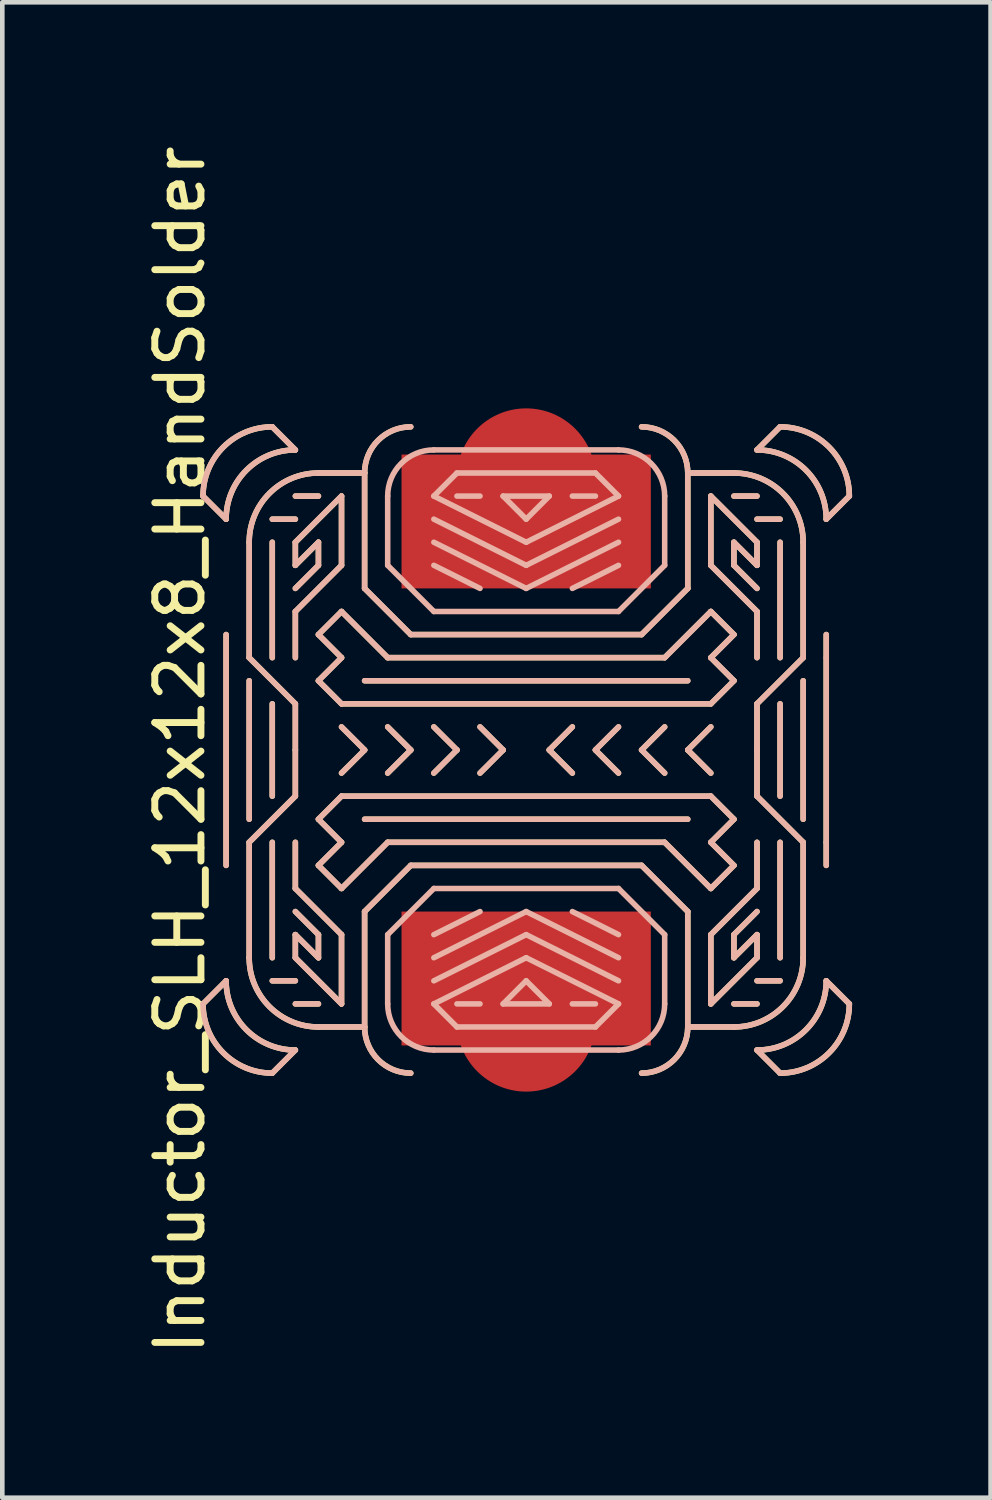
<source format=kicad_pcb>
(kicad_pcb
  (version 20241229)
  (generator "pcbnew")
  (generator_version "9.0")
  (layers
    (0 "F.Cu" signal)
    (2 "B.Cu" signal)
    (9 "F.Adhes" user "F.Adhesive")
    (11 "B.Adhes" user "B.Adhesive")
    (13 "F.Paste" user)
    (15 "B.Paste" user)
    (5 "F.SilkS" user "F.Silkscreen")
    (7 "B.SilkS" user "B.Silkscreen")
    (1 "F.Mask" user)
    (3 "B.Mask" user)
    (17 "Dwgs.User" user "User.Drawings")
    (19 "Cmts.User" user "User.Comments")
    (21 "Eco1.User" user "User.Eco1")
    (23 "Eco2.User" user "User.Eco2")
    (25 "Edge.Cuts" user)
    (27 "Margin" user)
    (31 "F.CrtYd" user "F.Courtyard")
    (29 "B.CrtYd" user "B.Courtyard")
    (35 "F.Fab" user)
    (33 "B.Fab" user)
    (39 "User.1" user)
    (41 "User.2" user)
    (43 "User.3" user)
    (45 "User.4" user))
  (footprint "Inductor_SLH_12x12x8_HandSolder"
    (layer "F.Cu")
    (at 8.348 13.196)
    (property "Reference" "Inductor_SLH_12x12x8_HandSolder" (at -7.5 0 90) (layer "F.SilkS") (effects (font (size 1 1) (thickness 0.15))))
    (attr through_hole)
    (fp_line (start -7 -5.5) (end -6.5 -5) (stroke (width 0.12) (type solid)) (layer "F.SilkS"))
    (fp_line (start -6.5 -2.5) (end -6.5 2.5) (stroke (width 0.12) (type solid)) (layer "F.SilkS"))
    (fp_line (start -6.5 5) (end -7 5.5) (stroke (width 0.12) (type solid)) (layer "F.SilkS"))
    (fp_line (start -6 -2) (end -6 -4.5) (stroke (width 0.12) (type solid)) (layer "F.SilkS"))
    (fp_line (start -6 -1.5) (end -6 1.5) (stroke (width 0.12) (type solid)) (layer "F.SilkS"))
    (fp_line (start -6 2) (end -5 1) (stroke (width 0.12) (type solid)) (layer "F.SilkS"))
    (fp_line (start -6 4.5) (end -6 2) (stroke (width 0.12) (type solid)) (layer "F.SilkS"))
    (fp_line (start -5.5 -7) (end -5 -6.5) (stroke (width 0.12) (type solid)) (layer "F.SilkS"))
    (fp_line (start -5.5 -4.5) (end -5.5 -2) (stroke (width 0.12) (type solid)) (layer "F.SilkS"))
    (fp_line (start -5.5 -1) (end -5.5 1) (stroke (width 0.12) (type solid)) (layer "F.SilkS"))
    (fp_line (start -5.5 4.5) (end -5.5 2) (stroke (width 0.12) (type solid)) (layer "F.SilkS"))
    (fp_line (start -5 -5) (end -5.5 -5) (stroke (width 0.12) (type solid)) (layer "F.SilkS"))
    (fp_line (start -5 -4.5) (end -5 -4) (stroke (width 0.12) (type solid)) (layer "F.SilkS"))
    (fp_line (start -5 -3) (end -4 -4) (stroke (width 0.12) (type solid)) (layer "F.SilkS"))
    (fp_line (start -5 -2) (end -5 -3) (stroke (width 0.12) (type solid)) (layer "F.SilkS"))
    (fp_line (start -5 -1) (end -6 -2) (stroke (width 0.12) (type solid)) (layer "F.SilkS"))
    (fp_line (start -5 0) (end -5 -1) (stroke (width 0.12) (type solid)) (layer "F.SilkS"))
    (fp_line (start -5 1) (end -5 0) (stroke (width 0.12) (type solid)) (layer "F.SilkS"))
    (fp_line (start -5 3) (end -5 2) (stroke (width 0.12) (type solid)) (layer "F.SilkS"))
    (fp_line (start -5 4.5) (end -5 4) (stroke (width 0.12) (type solid)) (layer "F.SilkS"))
    (fp_line (start -5 5) (end -5.5 5) (stroke (width 0.12) (type solid)) (layer "F.SilkS"))
    (fp_line (start -5 5.5) (end -4.5 5.5) (stroke (width 0.12) (type solid)) (layer "F.SilkS"))
    (fp_line (start -5 6.5) (end -5.5 7) (stroke (width 0.12) (type solid)) (layer "F.SilkS"))
    (fp_line (start -4.5 -6) (end -3.5 -6) (stroke (width 0.12) (type solid)) (layer "F.SilkS"))
    (fp_line (start -4.5 -5.5) (end -5 -5.5) (stroke (width 0.12) (type solid)) (layer "F.SilkS"))
    (fp_line (start -4.5 -4.5) (end -5 -4) (stroke (width 0.12) (type solid)) (layer "F.SilkS"))
    (fp_line (start -4.5 -4.5) (end -4.5 -4) (stroke (width 0.12) (type solid)) (layer "F.SilkS"))
    (fp_line (start -4.5 -4) (end -5 -3.5) (stroke (width 0.12) (type solid)) (layer "F.SilkS"))
    (fp_line (start -4.5 -2.5) (end -4 -2) (stroke (width 0.12) (type solid)) (layer "F.SilkS"))
    (fp_line (start -4.5 -1.5) (end -4 -1) (stroke (width 0.12) (type solid)) (layer "F.SilkS"))
    (fp_line (start -4.5 2.5) (end -4 2) (stroke (width 0.12) (type solid)) (layer "F.SilkS"))
    (fp_line (start -4.5 4) (end -5 3.5) (stroke (width 0.12) (type solid)) (layer "F.SilkS"))
    (fp_line (start -4.5 4.5) (end -5 4) (stroke (width 0.12) (type solid)) (layer "F.SilkS"))
    (fp_line (start -4.5 4.5) (end -4.5 4) (stroke (width 0.12) (type solid)) (layer "F.SilkS"))
    (fp_line (start -4 -5.5) (end -5 -4.5) (stroke (width 0.12) (type solid)) (layer "F.SilkS"))
    (fp_line (start -4 -4) (end -4 -5.5) (stroke (width 0.12) (type solid)) (layer "F.SilkS"))
    (fp_line (start -4 -3) (end -4.5 -2.5) (stroke (width 0.12) (type solid)) (layer "F.SilkS"))
    (fp_line (start -4 -2) (end -4.5 -1.5) (stroke (width 0.12) (type solid)) (layer "F.SilkS"))
    (fp_line (start -4 -1) (end 4 -1) (stroke (width 0.12) (type solid)) (layer "F.SilkS"))
    (fp_line (start -4 0.5) (end -3.5 0) (stroke (width 0.12) (type solid)) (layer "F.SilkS"))
    (fp_line (start -4 1) (end -4.5 1.5) (stroke (width 0.12) (type solid)) (layer "F.SilkS"))
    (fp_line (start -4 2) (end -4.5 1.5) (stroke (width 0.12) (type solid)) (layer "F.SilkS"))
    (fp_line (start -4 3) (end -4.5 2.5) (stroke (width 0.12) (type solid)) (layer "F.SilkS"))
    (fp_line (start -4 3) (end -3 2) (stroke (width 0.12) (type solid)) (layer "F.SilkS"))
    (fp_line (start -4 4) (end -5 3) (stroke (width 0.12) (type solid)) (layer "F.SilkS"))
    (fp_line (start -4 5.5) (end -5 4.5) (stroke (width 0.12) (type solid)) (layer "F.SilkS"))
    (fp_line (start -4 5.5) (end -4 4) (stroke (width 0.12) (type solid)) (layer "F.SilkS"))
    (fp_line (start -3.5 -6) (end -3.5 -3.5) (stroke (width 0.12) (type solid)) (layer "F.SilkS"))
    (fp_line (start -3.5 -3.5) (end -2.5 -2.5) (stroke (width 0.12) (type solid)) (layer "F.SilkS"))
    (fp_line (start -3.5 -1.5) (end 3.5 -1.5) (stroke (width 0.12) (type solid)) (layer "F.SilkS"))
    (fp_line (start -3.5 0) (end -4 -0.5) (stroke (width 0.12) (type solid)) (layer "F.SilkS"))
    (fp_line (start -3.5 3.5) (end -3.5 6) (stroke (width 0.12) (type solid)) (layer "F.SilkS"))
    (fp_line (start -3.5 6) (end -4.5 6) (stroke (width 0.12) (type solid)) (layer "F.SilkS"))
    (fp_line (start -3 -2) (end -4 -3) (stroke (width 0.12) (type solid)) (layer "F.SilkS"))
    (fp_line (start -3 -0.5) (end -2.5 0) (stroke (width 0.12) (type solid)) (layer "F.SilkS"))
    (fp_line (start -3 2) (end 3 2) (stroke (width 0.12) (type solid)) (layer "F.SilkS"))
    (fp_line (start -2.5 -2.5) (end 2.5 -2.5) (stroke (width 0.12) (type solid)) (layer "F.SilkS"))
    (fp_line (start -2.5 0) (end -3 0.5) (stroke (width 0.12) (type solid)) (layer "F.SilkS"))
    (fp_line (start -2.5 2.5) (end -3.5 3.5) (stroke (width 0.12) (type solid)) (layer "F.SilkS"))
    (fp_line (start -2 -0.5) (end -1.5 0) (stroke (width 0.12) (type solid)) (layer "F.SilkS"))
    (fp_line (start -1.5 0) (end -2 0.5) (stroke (width 0.12) (type solid)) (layer "F.SilkS"))
    (fp_line (start -1 -0.5) (end -0.5 0) (stroke (width 0.12) (type solid)) (layer "F.SilkS"))
    (fp_line (start -0.5 0) (end -1 0.5) (stroke (width 0.12) (type solid)) (layer "F.SilkS"))
    (fp_line (start 0.5 0) (end 1 -0.5) (stroke (width 0.12) (type solid)) (layer "F.SilkS"))
    (fp_line (start 1 0.5) (end 0.5 0) (stroke (width 0.12) (type solid)) (layer "F.SilkS"))
    (fp_line (start 1.5 0) (end 2 -0.5) (stroke (width 0.12) (type solid)) (layer "F.SilkS"))
    (fp_line (start 2 0.5) (end 1.5 0) (stroke (width 0.12) (type solid)) (layer "F.SilkS"))
    (fp_line (start 2.5 -2.5) (end 3.5 -3.5) (stroke (width 0.12) (type solid)) (layer "F.SilkS"))
    (fp_line (start 2.5 0) (end 3 -0.5) (stroke (width 0.12) (type solid)) (layer "F.SilkS"))
    (fp_line (start 2.5 2.5) (end -2.5 2.5) (stroke (width 0.12) (type solid)) (layer "F.SilkS"))
    (fp_line (start 3 -2) (end -3 -2) (stroke (width 0.12) (type solid)) (layer "F.SilkS"))
    (fp_line (start 3 0.5) (end 2.5 0) (stroke (width 0.12) (type solid)) (layer "F.SilkS"))
    (fp_line (start 3 2) (end 4 3) (stroke (width 0.12) (type solid)) (layer "F.SilkS"))
    (fp_line (start 3.5 -6) (end 4.5 -6) (stroke (width 0.12) (type solid)) (layer "F.SilkS"))
    (fp_line (start 3.5 -3.5) (end 3.5 -6) (stroke (width 0.12) (type solid)) (layer "F.SilkS"))
    (fp_line (start 3.5 0) (end 4 0.5) (stroke (width 0.12) (type solid)) (layer "F.SilkS"))
    (fp_line (start 3.5 1.5) (end -3.5 1.5) (stroke (width 0.12) (type solid)) (layer "F.SilkS"))
    (fp_line (start 3.5 3.5) (end 2.5 2.5) (stroke (width 0.12) (type solid)) (layer "F.SilkS"))
    (fp_line (start 3.5 6) (end 3.5 3.5) (stroke (width 0.12) (type solid)) (layer "F.SilkS"))
    (fp_line (start 4 -5.5) (end 4 -4) (stroke (width 0.12) (type solid)) (layer "F.SilkS"))
    (fp_line (start 4 -5.5) (end 5 -4.5) (stroke (width 0.12) (type solid)) (layer "F.SilkS"))
    (fp_line (start 4 -4) (end 5 -3) (stroke (width 0.12) (type solid)) (layer "F.SilkS"))
    (fp_line (start 4 -3) (end 3 -2) (stroke (width 0.12) (type solid)) (layer "F.SilkS"))
    (fp_line (start 4 -3) (end 4.5 -2.5) (stroke (width 0.12) (type solid)) (layer "F.SilkS"))
    (fp_line (start 4 -2) (end 4.5 -1.5) (stroke (width 0.12) (type solid)) (layer "F.SilkS"))
    (fp_line (start 4 -1) (end 4.5 -1.5) (stroke (width 0.12) (type solid)) (layer "F.SilkS"))
    (fp_line (start 4 -0.5) (end 3.5 0) (stroke (width 0.12) (type solid)) (layer "F.SilkS"))
    (fp_line (start 4 1) (end -4 1) (stroke (width 0.12) (type solid)) (layer "F.SilkS"))
    (fp_line (start 4 2) (end 4.5 1.5) (stroke (width 0.12) (type solid)) (layer "F.SilkS"))
    (fp_line (start 4 3) (end 4.5 2.5) (stroke (width 0.12) (type solid)) (layer "F.SilkS"))
    (fp_line (start 4 4) (end 4 5.5) (stroke (width 0.12) (type solid)) (layer "F.SilkS"))
    (fp_line (start 4 5.5) (end 5 4.5) (stroke (width 0.12) (type solid)) (layer "F.SilkS"))
    (fp_line (start 4.5 -4.5) (end 4.5 -4) (stroke (width 0.12) (type solid)) (layer "F.SilkS"))
    (fp_line (start 4.5 -4.5) (end 5 -4) (stroke (width 0.12) (type solid)) (layer "F.SilkS"))
    (fp_line (start 4.5 -4) (end 5 -3.5) (stroke (width 0.12) (type solid)) (layer "F.SilkS"))
    (fp_line (start 4.5 -2.5) (end 4 -2) (stroke (width 0.12) (type solid)) (layer "F.SilkS"))
    (fp_line (start 4.5 1.5) (end 4 1) (stroke (width 0.12) (type solid)) (layer "F.SilkS"))
    (fp_line (start 4.5 2.5) (end 4 2) (stroke (width 0.12) (type solid)) (layer "F.SilkS"))
    (fp_line (start 4.5 4) (end 5 3.5) (stroke (width 0.12) (type solid)) (layer "F.SilkS"))
    (fp_line (start 4.5 4.5) (end 4.5 4) (stroke (width 0.12) (type solid)) (layer "F.SilkS"))
    (fp_line (start 4.5 4.5) (end 5 4) (stroke (width 0.12) (type solid)) (layer "F.SilkS"))
    (fp_line (start 4.5 5.5) (end 5 5.5) (stroke (width 0.12) (type solid)) (layer "F.SilkS"))
    (fp_line (start 4.5 6) (end 3.5 6) (stroke (width 0.12) (type solid)) (layer "F.SilkS"))
    (fp_line (start 5 -5.5) (end 4.5 -5.5) (stroke (width 0.12) (type solid)) (layer "F.SilkS"))
    (fp_line (start 5 -5) (end 5.5 -5) (stroke (width 0.12) (type solid)) (layer "F.SilkS"))
    (fp_line (start 5 -4.5) (end 5 -4) (stroke (width 0.12) (type solid)) (layer "F.SilkS"))
    (fp_line (start 5 -3) (end 5 -2) (stroke (width 0.12) (type solid)) (layer "F.SilkS"))
    (fp_line (start 5 -1) (end 5 0) (stroke (width 0.12) (type solid)) (layer "F.SilkS"))
    (fp_line (start 5 0) (end 5 1) (stroke (width 0.12) (type solid)) (layer "F.SilkS"))
    (fp_line (start 5 1) (end 6 2) (stroke (width 0.12) (type solid)) (layer "F.SilkS"))
    (fp_line (start 5 2) (end 5 3) (stroke (width 0.12) (type solid)) (layer "F.SilkS"))
    (fp_line (start 5 3) (end 4 4) (stroke (width 0.12) (type solid)) (layer "F.SilkS"))
    (fp_line (start 5 4.5) (end 5 4) (stroke (width 0.12) (type solid)) (layer "F.SilkS"))
    (fp_line (start 5 5) (end 5.5 5) (stroke (width 0.12) (type solid)) (layer "F.SilkS"))
    (fp_line (start 5 6.5) (end 5.5 7) (stroke (width 0.12) (type solid)) (layer "F.SilkS"))
    (fp_line (start 5.5 -7) (end 5 -6.5) (stroke (width 0.12) (type solid)) (layer "F.SilkS"))
    (fp_line (start 5.5 -4.5) (end 5.5 -2) (stroke (width 0.12) (type solid)) (layer "F.SilkS"))
    (fp_line (start 5.5 1) (end 5.5 -1) (stroke (width 0.12) (type solid)) (layer "F.SilkS"))
    (fp_line (start 5.5 4.5) (end 5.5 2) (stroke (width 0.12) (type solid)) (layer "F.SilkS"))
    (fp_line (start 6 -4.5) (end 6 -2) (stroke (width 0.12) (type solid)) (layer "F.SilkS"))
    (fp_line (start 6 -2) (end 5 -1) (stroke (width 0.12) (type solid)) (layer "F.SilkS"))
    (fp_line (start 6 -1.5) (end 6 1.5) (stroke (width 0.12) (type solid)) (layer "F.SilkS"))
    (fp_line (start 6 2) (end 6 4.5) (stroke (width 0.12) (type solid)) (layer "F.SilkS"))
    (fp_line (start 6.5 -5) (end 7 -5.5) (stroke (width 0.12) (type solid)) (layer "F.SilkS"))
    (fp_line (start 6.5 -2.5) (end 6.5 2) (stroke (width 0.12) (type solid)) (layer "F.SilkS"))
    (fp_line (start 6.5 2) (end 6.5 2.5) (stroke (width 0.12) (type solid)) (layer "F.SilkS"))
    (fp_line (start 6.5 5) (end 7 5.5) (stroke (width 0.12) (type solid)) (layer "F.SilkS"))
    (fp_arc (start -7 -5.5) (mid -6.56066 -6.56066) (end -5.5 -7) (stroke (width 0.12) (type solid)) (layer "F.SilkS"))
    (fp_arc (start -6.5 -5) (mid -6.06066 -6.06066) (end -5 -6.5) (stroke (width 0.12) (type solid)) (layer "F.SilkS"))
    (fp_arc (start -6 -4.5) (mid -5.56066 -5.56066) (end -4.5 -6) (stroke (width 0.12) (type solid)) (layer "F.SilkS"))
    (fp_arc (start -5.5 7) (mid -6.56066 6.56066) (end -7 5.5) (stroke (width 0.12) (type solid)) (layer "F.SilkS"))
    (fp_arc (start -5 6.5) (mid -6.06066 6.06066) (end -6.5 5) (stroke (width 0.12) (type solid)) (layer "F.SilkS"))
    (fp_arc (start -4.5 6) (mid -5.56066 5.56066) (end -6 4.5) (stroke (width 0.12) (type solid)) (layer "F.SilkS"))
    (fp_arc (start -3.5 -6) (mid -3.207107 -6.707107) (end -2.5 -7) (stroke (width 0.12) (type solid)) (layer "F.SilkS"))
    (fp_arc (start -2.5 7) (mid -3.207107 6.707107) (end -3.5 6) (stroke (width 0.12) (type solid)) (layer "F.SilkS"))
    (fp_arc (start 2.5 -7) (mid 3.207107 -6.707107) (end 3.5 -6) (stroke (width 0.12) (type solid)) (layer "F.SilkS"))
    (fp_arc (start 3.5 6) (mid 3.207107 6.707107) (end 2.5 7) (stroke (width 0.12) (type solid)) (layer "F.SilkS"))
    (fp_arc (start 4.5 -6) (mid 5.56066 -5.56066) (end 6 -4.5) (stroke (width 0.12) (type solid)) (layer "F.SilkS"))
    (fp_arc (start 5 -6.5) (mid 6.06066 -6.06066) (end 6.5 -5) (stroke (width 0.12) (type solid)) (layer "F.SilkS"))
    (fp_arc (start 5.5 -7) (mid 6.56066 -6.56066) (end 7 -5.5) (stroke (width 0.12) (type solid)) (layer "F.SilkS"))
    (fp_arc (start 6 4.5) (mid 5.56066 5.56066) (end 4.5 6) (stroke (width 0.12) (type solid)) (layer "F.SilkS"))
    (fp_arc (start 6.5 5) (mid 6.06066 6.06066) (end 5 6.5) (stroke (width 0.12) (type solid)) (layer "F.SilkS"))
    (fp_arc (start 7 5.5) (mid 6.56066 6.56066) (end 5.5 7) (stroke (width 0.12) (type solid)) (layer "F.SilkS"))
    (fp_line (start -7 5.5) (end -6.5 5) (stroke (width 0.12) (type solid)) (layer "B.SilkS"))
    (fp_line (start -6.5 -5) (end -7 -5.5) (stroke (width 0.12) (type solid)) (layer "B.SilkS"))
    (fp_line (start -6.5 2.5) (end -6.5 -2.5) (stroke (width 0.12) (type solid)) (layer "B.SilkS"))
    (fp_line (start -6 -4.5) (end -6 -2) (stroke (width 0.12) (type solid)) (layer "B.SilkS"))
    (fp_line (start -6 -2) (end -5 -1) (stroke (width 0.12) (type solid)) (layer "B.SilkS"))
    (fp_line (start -6 1.5) (end -6 -1.5) (stroke (width 0.12) (type solid)) (layer "B.SilkS"))
    (fp_line (start -6 2) (end -6 4.5) (stroke (width 0.12) (type solid)) (layer "B.SilkS"))
    (fp_line (start -5.5 -4.5) (end -5.5 -2) (stroke (width 0.12) (type solid)) (layer "B.SilkS"))
    (fp_line (start -5.5 1) (end -5.5 -1) (stroke (width 0.12) (type solid)) (layer "B.SilkS"))
    (fp_line (start -5.5 4.5) (end -5.5 2) (stroke (width 0.12) (type solid)) (layer "B.SilkS"))
    (fp_line (start -5.5 7) (end -5 6.5) (stroke (width 0.12) (type solid)) (layer "B.SilkS"))
    (fp_line (start -5 -6.5) (end -5.5 -7) (stroke (width 0.12) (type solid)) (layer "B.SilkS"))
    (fp_line (start -5 -5.5) (end -4.5 -5.5) (stroke (width 0.12) (type solid)) (layer "B.SilkS"))
    (fp_line (start -5 -5) (end -5.5 -5) (stroke (width 0.12) (type solid)) (layer "B.SilkS"))
    (fp_line (start -5 -4.5) (end -5 -4) (stroke (width 0.12) (type solid)) (layer "B.SilkS"))
    (fp_line (start -5 -3) (end -5 -2) (stroke (width 0.12) (type solid)) (layer "B.SilkS"))
    (fp_line (start -5 -1) (end -5 0) (stroke (width 0.12) (type solid)) (layer "B.SilkS"))
    (fp_line (start -5 0) (end -5 1) (stroke (width 0.12) (type solid)) (layer "B.SilkS"))
    (fp_line (start -5 1) (end -6 2) (stroke (width 0.12) (type solid)) (layer "B.SilkS"))
    (fp_line (start -5 2) (end -5 3) (stroke (width 0.12) (type solid)) (layer "B.SilkS"))
    (fp_line (start -5 3) (end -4 4) (stroke (width 0.12) (type solid)) (layer "B.SilkS"))
    (fp_line (start -5 4.5) (end -5 4) (stroke (width 0.12) (type solid)) (layer "B.SilkS"))
    (fp_line (start -5 5) (end -5.5 5) (stroke (width 0.12) (type solid)) (layer "B.SilkS"))
    (fp_line (start -4.5 -4.5) (end -5 -4) (stroke (width 0.12) (type solid)) (layer "B.SilkS"))
    (fp_line (start -4.5 -4.5) (end -4.5 -4) (stroke (width 0.12) (type solid)) (layer "B.SilkS"))
    (fp_line (start -4.5 -4) (end -5 -3.5) (stroke (width 0.12) (type solid)) (layer "B.SilkS"))
    (fp_line (start -4.5 -2.5) (end -4 -2) (stroke (width 0.12) (type solid)) (layer "B.SilkS"))
    (fp_line (start -4.5 1.5) (end -4 1) (stroke (width 0.12) (type solid)) (layer "B.SilkS"))
    (fp_line (start -4.5 2.5) (end -4 2) (stroke (width 0.12) (type solid)) (layer "B.SilkS"))
    (fp_line (start -4.5 4) (end -5 3.5) (stroke (width 0.12) (type solid)) (layer "B.SilkS"))
    (fp_line (start -4.5 4.5) (end -5 4) (stroke (width 0.12) (type solid)) (layer "B.SilkS"))
    (fp_line (start -4.5 4.5) (end -4.5 4) (stroke (width 0.12) (type solid)) (layer "B.SilkS"))
    (fp_line (start -4.5 5.5) (end -5 5.5) (stroke (width 0.12) (type solid)) (layer "B.SilkS"))
    (fp_line (start -4.5 6) (end -3.5 6) (stroke (width 0.12) (type solid)) (layer "B.SilkS"))
    (fp_line (start -4 -5.5) (end -5 -4.5) (stroke (width 0.12) (type solid)) (layer "B.SilkS"))
    (fp_line (start -4 -5.5) (end -4 -4) (stroke (width 0.12) (type solid)) (layer "B.SilkS"))
    (fp_line (start -4 -4) (end -5 -3) (stroke (width 0.12) (type solid)) (layer "B.SilkS"))
    (fp_line (start -4 -3) (end -4.5 -2.5) (stroke (width 0.12) (type solid)) (layer "B.SilkS"))
    (fp_line (start -4 -3) (end -3 -2) (stroke (width 0.12) (type solid)) (layer "B.SilkS"))
    (fp_line (start -4 -2) (end -4.5 -1.5) (stroke (width 0.12) (type solid)) (layer "B.SilkS"))
    (fp_line (start -4 -1) (end -4.5 -1.5) (stroke (width 0.12) (type solid)) (layer "B.SilkS"))
    (fp_line (start -4 -0.5) (end -3.5 0) (stroke (width 0.12) (type solid)) (layer "B.SilkS"))
    (fp_line (start -4 1) (end 4 1) (stroke (width 0.12) (type solid)) (layer "B.SilkS"))
    (fp_line (start -4 2) (end -4.5 1.5) (stroke (width 0.12) (type solid)) (layer "B.SilkS"))
    (fp_line (start -4 3) (end -4.5 2.5) (stroke (width 0.12) (type solid)) (layer "B.SilkS"))
    (fp_line (start -4 4) (end -4 5.5) (stroke (width 0.12) (type solid)) (layer "B.SilkS"))
    (fp_line (start -4 5.5) (end -5 4.5) (stroke (width 0.12) (type solid)) (layer "B.SilkS"))
    (fp_line (start -3.5 -6) (end -4.5 -6) (stroke (width 0.12) (type solid)) (layer "B.SilkS"))
    (fp_line (start -3.5 -3.5) (end -3.5 -6) (stroke (width 0.12) (type solid)) (layer "B.SilkS"))
    (fp_line (start -3.5 0) (end -4 0.5) (stroke (width 0.12) (type solid)) (layer "B.SilkS"))
    (fp_line (start -3.5 1.5) (end 3.5 1.5) (stroke (width 0.12) (type solid)) (layer "B.SilkS"))
    (fp_line (start -3.5 3.5) (end -2.5 2.5) (stroke (width 0.12) (type solid)) (layer "B.SilkS"))
    (fp_line (start -3.5 6) (end -3.5 3.5) (stroke (width 0.12) (type solid)) (layer "B.SilkS"))
    (fp_line (start -3 -5.5) (end -3 -4) (stroke (width 0.12) (type solid)) (layer "B.SilkS"))
    (fp_line (start -3 -4) (end -2 -3) (stroke (width 0.12) (type solid)) (layer "B.SilkS"))
    (fp_line (start -3 -2) (end 3 -2) (stroke (width 0.12) (type solid)) (layer "B.SilkS"))
    (fp_line (start -3 0.5) (end -2.5 0) (stroke (width 0.12) (type solid)) (layer "B.SilkS"))
    (fp_line (start -3 2) (end -4 3) (stroke (width 0.12) (type solid)) (layer "B.SilkS"))
    (fp_line (start -3 4) (end -3 5.5) (stroke (width 0.12) (type solid)) (layer "B.SilkS"))
    (fp_line (start -2.5 -2.5) (end -3.5 -3.5) (stroke (width 0.12) (type solid)) (layer "B.SilkS"))
    (fp_line (start -2.5 0) (end -3 -0.5) (stroke (width 0.12) (type solid)) (layer "B.SilkS"))
    (fp_line (start -2.5 2.5) (end 2.5 2.5) (stroke (width 0.12) (type solid)) (layer "B.SilkS"))
    (fp_line (start -2 -5.5) (end -1.5 -6) (stroke (width 0.12) (type solid)) (layer "B.SilkS"))
    (fp_line (start -2 -5) (end 0 -4) (stroke (width 0.12) (type solid)) (layer "B.SilkS"))
    (fp_line (start -2 -4) (end -1 -3.5) (stroke (width 0.12) (type solid)) (layer "B.SilkS"))
    (fp_line (start -2 -3) (end 2 -3) (stroke (width 0.12) (type solid)) (layer "B.SilkS"))
    (fp_line (start -2 0.5) (end -1.5 0) (stroke (width 0.12) (type solid)) (layer "B.SilkS"))
    (fp_line (start -2 3) (end -3 4) (stroke (width 0.12) (type solid)) (layer "B.SilkS"))
    (fp_line (start -2 4.5) (end 0 3.5) (stroke (width 0.12) (type solid)) (layer "B.SilkS"))
    (fp_line (start -2 5.5) (end 0 4.5) (stroke (width 0.12) (type solid)) (layer "B.SilkS"))
    (fp_line (start -2 6.5) (end 2 6.5) (stroke (width 0.12) (type solid)) (layer "B.SilkS"))
    (fp_line (start -1.5 -6) (end 1.5 -6) (stroke (width 0.12) (type solid)) (layer "B.SilkS"))
    (fp_line (start -1.5 0) (end -2 -0.5) (stroke (width 0.12) (type solid)) (layer "B.SilkS"))
    (fp_line (start -1.5 6) (end -2 5.5) (stroke (width 0.12) (type solid)) (layer "B.SilkS"))
    (fp_line (start -1 -5.5) (end -1.5 -5.5) (stroke (width 0.12) (type solid)) (layer "B.SilkS"))
    (fp_line (start -1 0.5) (end -0.5 0) (stroke (width 0.12) (type solid)) (layer "B.SilkS"))
    (fp_line (start -1 3.5) (end -2 4) (stroke (width 0.12) (type solid)) (layer "B.SilkS"))
    (fp_line (start -1 5.5) (end -1.5 5.5) (stroke (width 0.12) (type solid)) (layer "B.SilkS"))
    (fp_line (start -0.5 -5.5) (end 0 -5) (stroke (width 0.12) (type solid)) (layer "B.SilkS"))
    (fp_line (start -0.5 0) (end -1 -0.5) (stroke (width 0.12) (type solid)) (layer "B.SilkS"))
    (fp_line (start -0.5 5.5) (end 0.5 5.5) (stroke (width 0.12) (type solid)) (layer "B.SilkS"))
    (fp_line (start 0 -5) (end 0.5 -5.5) (stroke (width 0.12) (type solid)) (layer "B.SilkS"))
    (fp_line (start 0 -4.5) (end -2 -5.5) (stroke (width 0.12) (type solid)) (layer "B.SilkS"))
    (fp_line (start 0 -4) (end 2 -5) (stroke (width 0.12) (type solid)) (layer "B.SilkS"))
    (fp_line (start 0 -3.5) (end -2 -4.5) (stroke (width 0.12) (type solid)) (layer "B.SilkS"))
    (fp_line (start 0 3.5) (end 2 4.5) (stroke (width 0.12) (type solid)) (layer "B.SilkS"))
    (fp_line (start 0 4) (end -2 5) (stroke (width 0.12) (type solid)) (layer "B.SilkS"))
    (fp_line (start 0 4.5) (end 2 5.5) (stroke (width 0.12) (type solid)) (layer "B.SilkS"))
    (fp_line (start 0 5) (end -0.5 5.5) (stroke (width 0.12) (type solid)) (layer "B.SilkS"))
    (fp_line (start 0.5 -5.5) (end -0.5 -5.5) (stroke (width 0.12) (type solid)) (layer "B.SilkS"))
    (fp_line (start 0.5 0) (end 1 0.5) (stroke (width 0.12) (type solid)) (layer "B.SilkS"))
    (fp_line (start 0.5 5.5) (end 0 5) (stroke (width 0.12) (type solid)) (layer "B.SilkS"))
    (fp_line (start 1 -5.5) (end 1.5 -5.5) (stroke (width 0.12) (type solid)) (layer "B.SilkS"))
    (fp_line (start 1 -3.5) (end 2 -4) (stroke (width 0.12) (type solid)) (layer "B.SilkS"))
    (fp_line (start 1 -0.5) (end 0.5 0) (stroke (width 0.12) (type solid)) (layer "B.SilkS"))
    (fp_line (start 1 5.5) (end 1.5 5.5) (stroke (width 0.12) (type solid)) (layer "B.SilkS"))
    (fp_line (start 1.5 -6) (end 2 -5.5) (stroke (width 0.12) (type solid)) (layer "B.SilkS"))
    (fp_line (start 1.5 0) (end 2 0.5) (stroke (width 0.12) (type solid)) (layer "B.SilkS"))
    (fp_line (start 1.5 6) (end -1.5 6) (stroke (width 0.12) (type solid)) (layer "B.SilkS"))
    (fp_line (start 2 -6.5) (end -2 -6.5) (stroke (width 0.12) (type solid)) (layer "B.SilkS"))
    (fp_line (start 2 -5.5) (end 0 -4.5) (stroke (width 0.12) (type solid)) (layer "B.SilkS"))
    (fp_line (start 2 -4.5) (end 0 -3.5) (stroke (width 0.12) (type solid)) (layer "B.SilkS"))
    (fp_line (start 2 -3) (end 3 -4) (stroke (width 0.12) (type solid)) (layer "B.SilkS"))
    (fp_line (start 2 -0.5) (end 1.5 0) (stroke (width 0.12) (type solid)) (layer "B.SilkS"))
    (fp_line (start 2 3) (end -2 3) (stroke (width 0.12) (type solid)) (layer "B.SilkS"))
    (fp_line (start 2 4) (end 1 3.5) (stroke (width 0.12) (type solid)) (layer "B.SilkS"))
    (fp_line (start 2 5) (end 0 4) (stroke (width 0.12) (type solid)) (layer "B.SilkS"))
    (fp_line (start 2 5.5) (end 1.5 6) (stroke (width 0.12) (type solid)) (layer "B.SilkS"))
    (fp_line (start 2.5 -2.5) (end -2.5 -2.5) (stroke (width 0.12) (type solid)) (layer "B.SilkS"))
    (fp_line (start 2.5 0) (end 3 0.5) (stroke (width 0.12) (type solid)) (layer "B.SilkS"))
    (fp_line (start 2.5 2.5) (end 3.5 3.5) (stroke (width 0.12) (type solid)) (layer "B.SilkS"))
    (fp_line (start 3 -4) (end 3 -5.5) (stroke (width 0.12) (type solid)) (layer "B.SilkS"))
    (fp_line (start 3 -2) (end 4 -3) (stroke (width 0.12) (type solid)) (layer "B.SilkS"))
    (fp_line (start 3 -0.5) (end 2.5 0) (stroke (width 0.12) (type solid)) (layer "B.SilkS"))
    (fp_line (start 3 2) (end -3 2) (stroke (width 0.12) (type solid)) (layer "B.SilkS"))
    (fp_line (start 3 4) (end 2 3) (stroke (width 0.12) (type solid)) (layer "B.SilkS"))
    (fp_line (start 3 5.5) (end 3 4) (stroke (width 0.12) (type solid)) (layer "B.SilkS"))
    (fp_line (start 3.5 -6) (end 3.5 -3.5) (stroke (width 0.12) (type solid)) (layer "B.SilkS"))
    (fp_line (start 3.5 -3.5) (end 2.5 -2.5) (stroke (width 0.12) (type solid)) (layer "B.SilkS"))
    (fp_line (start 3.5 -1.5) (end -3.5 -1.5) (stroke (width 0.12) (type solid)) (layer "B.SilkS"))
    (fp_line (start 3.5 0) (end 4 -0.5) (stroke (width 0.12) (type solid)) (layer "B.SilkS"))
    (fp_line (start 3.5 3.5) (end 3.5 6) (stroke (width 0.12) (type solid)) (layer "B.SilkS"))
    (fp_line (start 3.5 6) (end 4.5 6) (stroke (width 0.12) (type solid)) (layer "B.SilkS"))
    (fp_line (start 4 -5.5) (end 5 -4.5) (stroke (width 0.12) (type solid)) (layer "B.SilkS"))
    (fp_line (start 4 -4) (end 4 -5.5) (stroke (width 0.12) (type solid)) (layer "B.SilkS"))
    (fp_line (start 4 -3) (end 4.5 -2.5) (stroke (width 0.12) (type solid)) (layer "B.SilkS"))
    (fp_line (start 4 -2) (end 4.5 -1.5) (stroke (width 0.12) (type solid)) (layer "B.SilkS"))
    (fp_line (start 4 -1) (end -4 -1) (stroke (width 0.12) (type solid)) (layer "B.SilkS"))
    (fp_line (start 4 0.5) (end 3.5 0) (stroke (width 0.12) (type solid)) (layer "B.SilkS"))
    (fp_line (start 4 1) (end 4.5 1.5) (stroke (width 0.12) (type solid)) (layer "B.SilkS"))
    (fp_line (start 4 2) (end 4.5 1.5) (stroke (width 0.12) (type solid)) (layer "B.SilkS"))
    (fp_line (start 4 3) (end 3 2) (stroke (width 0.12) (type solid)) (layer "B.SilkS"))
    (fp_line (start 4 3) (end 4.5 2.5) (stroke (width 0.12) (type solid)) (layer "B.SilkS"))
    (fp_line (start 4 4) (end 5 3) (stroke (width 0.12) (type solid)) (layer "B.SilkS"))
    (fp_line (start 4 5.5) (end 4 4) (stroke (width 0.12) (type solid)) (layer "B.SilkS"))
    (fp_line (start 4 5.5) (end 5 4.5) (stroke (width 0.12) (type solid)) (layer "B.SilkS"))
    (fp_line (start 4.5 -6) (end 3.5 -6) (stroke (width 0.12) (type solid)) (layer "B.SilkS"))
    (fp_line (start 4.5 -5.5) (end 5 -5.5) (stroke (width 0.12) (type solid)) (layer "B.SilkS"))
    (fp_line (start 4.5 -4.5) (end 4.5 -4) (stroke (width 0.12) (type solid)) (layer "B.SilkS"))
    (fp_line (start 4.5 -4.5) (end 5 -4) (stroke (width 0.12) (type solid)) (layer "B.SilkS"))
    (fp_line (start 4.5 -4) (end 5 -3.5) (stroke (width 0.12) (type solid)) (layer "B.SilkS"))
    (fp_line (start 4.5 -2.5) (end 4 -2) (stroke (width 0.12) (type solid)) (layer "B.SilkS"))
    (fp_line (start 4.5 -1.5) (end 4 -1) (stroke (width 0.12) (type solid)) (layer "B.SilkS"))
    (fp_line (start 4.5 2.5) (end 4 2) (stroke (width 0.12) (type solid)) (layer "B.SilkS"))
    (fp_line (start 4.5 4) (end 5 3.5) (stroke (width 0.12) (type solid)) (layer "B.SilkS"))
    (fp_line (start 4.5 4.5) (end 4.5 4) (stroke (width 0.12) (type solid)) (layer "B.SilkS"))
    (fp_line (start 4.5 4.5) (end 5 4) (stroke (width 0.12) (type solid)) (layer "B.SilkS"))
    (fp_line (start 5 -6.5) (end 5.5 -7) (stroke (width 0.12) (type solid)) (layer "B.SilkS"))
    (fp_line (start 5 -5) (end 5.5 -5) (stroke (width 0.12) (type solid)) (layer "B.SilkS"))
    (fp_line (start 5 -4.5) (end 5 -4) (stroke (width 0.12) (type solid)) (layer "B.SilkS"))
    (fp_line (start 5 -3) (end 4 -4) (stroke (width 0.12) (type solid)) (layer "B.SilkS"))
    (fp_line (start 5 -2) (end 5 -3) (stroke (width 0.12) (type solid)) (layer "B.SilkS"))
    (fp_line (start 5 -1) (end 6 -2) (stroke (width 0.12) (type solid)) (layer "B.SilkS"))
    (fp_line (start 5 0) (end 5 -1) (stroke (width 0.12) (type solid)) (layer "B.SilkS"))
    (fp_line (start 5 1) (end 5 0) (stroke (width 0.12) (type solid)) (layer "B.SilkS"))
    (fp_line (start 5 3) (end 5 2) (stroke (width 0.12) (type solid)) (layer "B.SilkS"))
    (fp_line (start 5 4.5) (end 5 4) (stroke (width 0.12) (type solid)) (layer "B.SilkS"))
    (fp_line (start 5 5) (end 5.5 5) (stroke (width 0.12) (type solid)) (layer "B.SilkS"))
    (fp_line (start 5 5.5) (end 4.5 5.5) (stroke (width 0.12) (type solid)) (layer "B.SilkS"))
    (fp_line (start 5.5 -4.5) (end 5.5 -2) (stroke (width 0.12) (type solid)) (layer "B.SilkS"))
    (fp_line (start 5.5 -1) (end 5.5 1) (stroke (width 0.12) (type solid)) (layer "B.SilkS"))
    (fp_line (start 5.5 4.5) (end 5.5 2) (stroke (width 0.12) (type solid)) (layer "B.SilkS"))
    (fp_line (start 5.5 7) (end 5 6.5) (stroke (width 0.12) (type solid)) (layer "B.SilkS"))
    (fp_line (start 6 -2) (end 6 -4.5) (stroke (width 0.12) (type solid)) (layer "B.SilkS"))
    (fp_line (start 6 1.5) (end 6 -1.5) (stroke (width 0.12) (type solid)) (layer "B.SilkS"))
    (fp_line (start 6 2) (end 5 1) (stroke (width 0.12) (type solid)) (layer "B.SilkS"))
    (fp_line (start 6 4.5) (end 6 2) (stroke (width 0.12) (type solid)) (layer "B.SilkS"))
    (fp_line (start 6.5 -5) (end 7 -5.5) (stroke (width 0.12) (type solid)) (layer "B.SilkS"))
    (fp_line (start 6.5 -2) (end 6.5 -2.5) (stroke (width 0.12) (type solid)) (layer "B.SilkS"))
    (fp_line (start 6.5 2.5) (end 6.5 -2) (stroke (width 0.12) (type solid)) (layer "B.SilkS"))
    (fp_line (start 6.5 5) (end 7 5.5) (stroke (width 0.12) (type solid)) (layer "B.SilkS"))
    (fp_arc (start -7 -5.5) (mid -6.56066 -6.56066) (end -5.5 -7) (stroke (width 0.12) (type solid)) (layer "B.SilkS"))
    (fp_arc (start -6.5 -5) (mid -6.06066 -6.06066) (end -5 -6.5) (stroke (width 0.12) (type solid)) (layer "B.SilkS"))
    (fp_arc (start -6 -4.5) (mid -5.56066 -5.56066) (end -4.5 -6) (stroke (width 0.12) (type solid)) (layer "B.SilkS"))
    (fp_arc (start -5.5 7) (mid -6.56066 6.56066) (end -7 5.5) (stroke (width 0.12) (type solid)) (layer "B.SilkS"))
    (fp_arc (start -5 6.5) (mid -6.06066 6.06066) (end -6.5 5) (stroke (width 0.12) (type solid)) (layer "B.SilkS"))
    (fp_arc (start -4.5 6) (mid -5.56066 5.56066) (end -6 4.5) (stroke (width 0.12) (type solid)) (layer "B.SilkS"))
    (fp_arc (start -3.5 -6) (mid -3.207107 -6.707107) (end -2.5 -7) (stroke (width 0.12) (type solid)) (layer "B.SilkS"))
    (fp_arc (start -3 -5.5) (mid -2.707107 -6.207107) (end -2 -6.5) (stroke (width 0.12) (type solid)) (layer "B.SilkS"))
    (fp_arc (start -2.5 7) (mid -3.207107 6.707107) (end -3.5 6) (stroke (width 0.12) (type solid)) (layer "B.SilkS"))
    (fp_arc (start -2 6.5) (mid -2.707107 6.207107) (end -3 5.5) (stroke (width 0.12) (type solid)) (layer "B.SilkS"))
    (fp_arc (start 2 -6.5) (mid 2.707107 -6.207107) (end 3 -5.5) (stroke (width 0.12) (type solid)) (layer "B.SilkS"))
    (fp_arc (start 2.5 -7) (mid 3.207107 -6.707107) (end 3.5 -6) (stroke (width 0.12) (type solid)) (layer "B.SilkS"))
    (fp_arc (start 3 5.5) (mid 2.707107 6.207107) (end 2 6.5) (stroke (width 0.12) (type solid)) (layer "B.SilkS"))
    (fp_arc (start 3.5 6) (mid 3.207107 6.707107) (end 2.5 7) (stroke (width 0.12) (type solid)) (layer "B.SilkS"))
    (fp_arc (start 4.5 -6) (mid 5.56066 -5.56066) (end 6 -4.5) (stroke (width 0.12) (type solid)) (layer "B.SilkS"))
    (fp_arc (start 5 -6.5) (mid 6.06066 -6.06066) (end 6.5 -5) (stroke (width 0.12) (type solid)) (layer "B.SilkS"))
    (fp_arc (start 5.5 -7) (mid 6.56066 -6.56066) (end 7 -5.5) (stroke (width 0.12) (type solid)) (layer "B.SilkS"))
    (fp_arc (start 6 4.5) (mid 5.56066 5.56066) (end 4.5 6) (stroke (width 0.12) (type solid)) (layer "B.SilkS"))
    (fp_arc (start 6.5 5) (mid 6.06066 6.06066) (end 5 6.5) (stroke (width 0.12) (type solid)) (layer "B.SilkS"))
    (fp_arc (start 7 5.5) (mid 6.56066 6.56066) (end 5.5 7) (stroke (width 0.12) (type solid)) (layer "B.SilkS"))
    (fp_poly (pts (xy -2.3 5.3) (xy -0.3 5.3) (xy -0.3 6.1) (xy -2.3 6.1)) (stroke (width 0.5) (type solid)) (fill yes) (layer "F.Paste"))
    (fp_poly (pts (xy -0.3 -5.3) (xy -2.3 -5.3) (xy -2.3 -6.1) (xy -0.3 -6.1)) (stroke (width 0.5) (type solid)) (fill yes) (layer "F.Paste"))
    (fp_poly (pts (xy -0.3 -3.9) (xy -2.3 -3.9) (xy -2.3 -4.6) (xy -0.3 -4.6)) (stroke (width 0.5) (type solid)) (fill yes) (layer "F.Paste"))
    (fp_poly (pts (xy -0.3 4.6) (xy -2.3 4.6) (xy -2.3 3.9) (xy -0.3 3.9)) (stroke (width 0.5) (type solid)) (fill yes) (layer "F.Paste"))
    (fp_poly (pts (xy 0.3 -4.6) (xy 2.3 -4.6) (xy 2.3 -3.9) (xy 0.3 -3.9)) (stroke (width 0.5) (type solid)) (fill yes) (layer "F.Paste"))
    (fp_poly (pts (xy 0.3 3.9) (xy 2.3 3.9) (xy 2.3 4.6) (xy 0.3 4.6)) (stroke (width 0.5) (type solid)) (fill yes) (layer "F.Paste"))
    (fp_poly (pts (xy 0.3 5.3) (xy 2.3 5.3) (xy 2.3 6.1) (xy 0.3 6.1)) (stroke (width 0.5) (type solid)) (fill yes) (layer "F.Paste"))
    (fp_poly (pts (xy 2.3 -5.3) (xy 0.3 -5.3) (xy 0.3 -6.1) (xy 2.3 -6.1)) (stroke (width 0.5) (type solid)) (fill yes) (layer "F.Paste"))
    (pad "1" smd circle (at 0 -5.9) (size 3 3) (layers "F.Cu" "F.Mask"))
    (pad "1" smd rect (at 0 -4.95) (size 5.4 2.9) (layers "F.Cu" "F.Mask"))
    (pad "2" smd rect (at 0 4.95) (size 5.4 2.9) (layers "F.Cu" "F.Mask"))
    (pad "2" smd circle (at 0 5.9 180) (size 3 3) (layers "F.Cu" "F.Mask")))
  (gr_rect
    (start -3 -3)
    (end 18.408 29.393)
    (stroke (width 0.1) (type default))
    (fill no)
    (layer "Edge.Cuts")))
</source>
